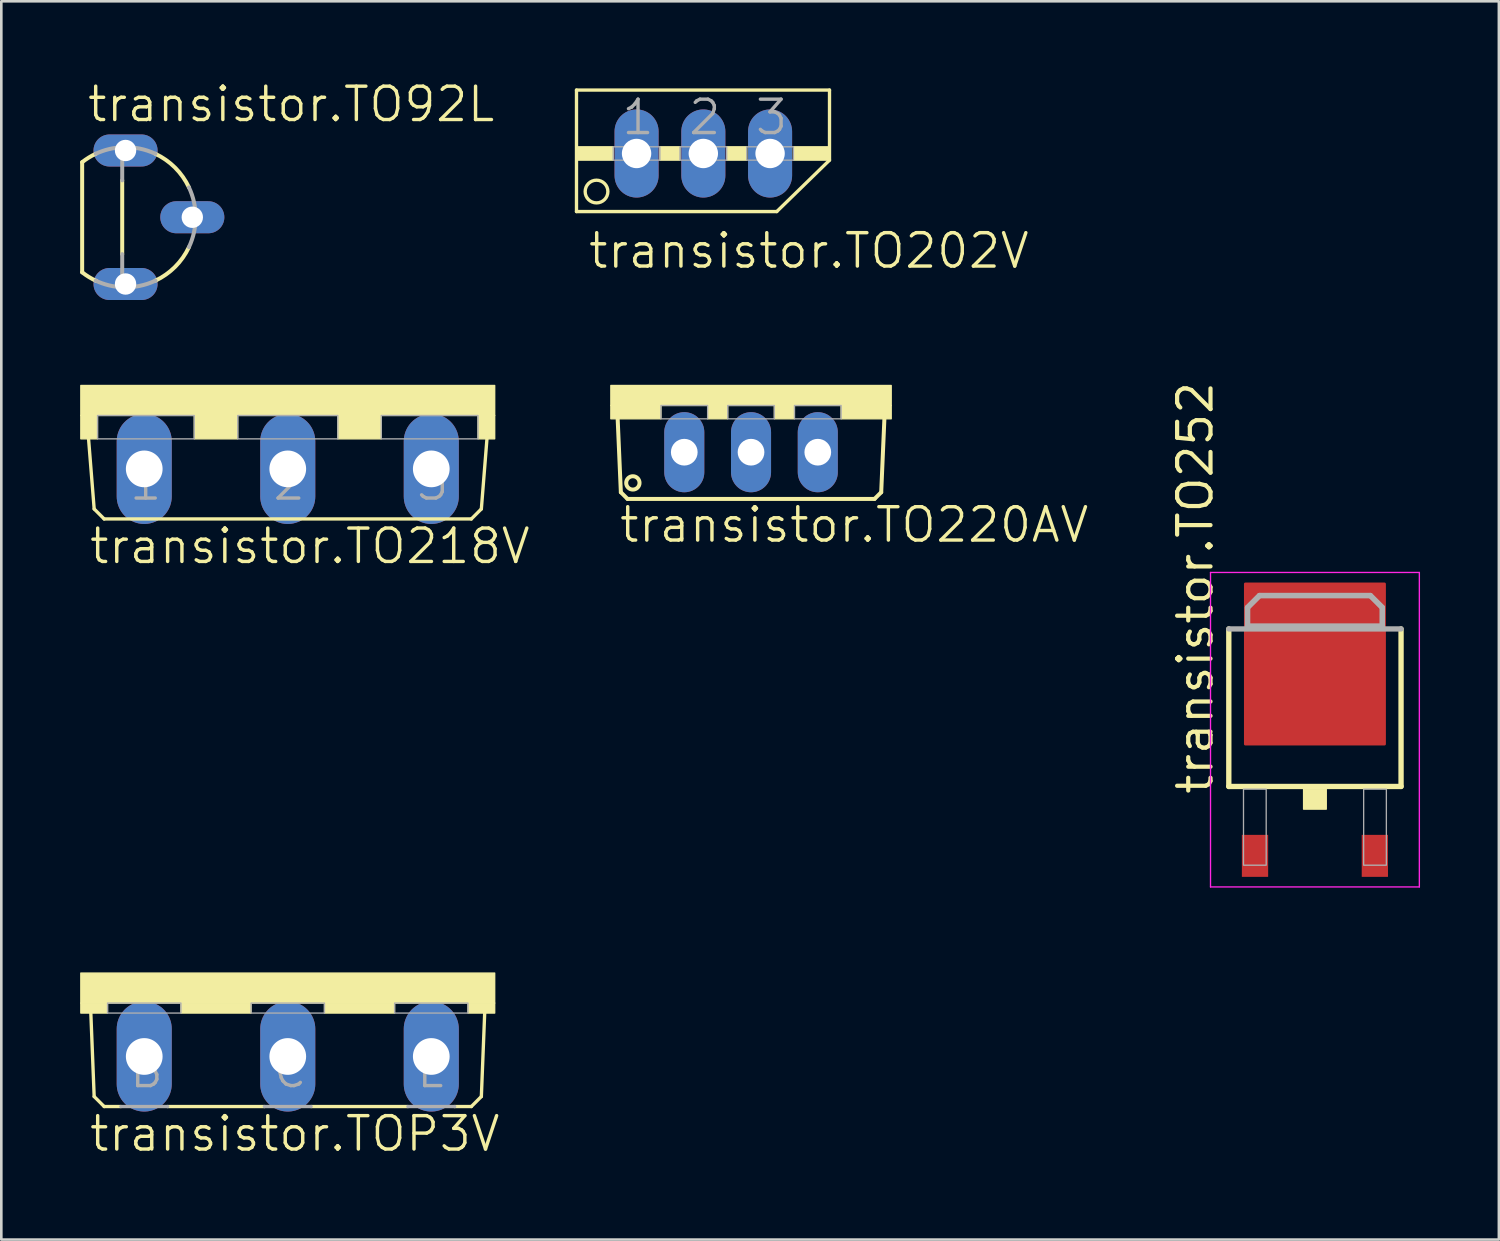
<source format=kicad_pcb>
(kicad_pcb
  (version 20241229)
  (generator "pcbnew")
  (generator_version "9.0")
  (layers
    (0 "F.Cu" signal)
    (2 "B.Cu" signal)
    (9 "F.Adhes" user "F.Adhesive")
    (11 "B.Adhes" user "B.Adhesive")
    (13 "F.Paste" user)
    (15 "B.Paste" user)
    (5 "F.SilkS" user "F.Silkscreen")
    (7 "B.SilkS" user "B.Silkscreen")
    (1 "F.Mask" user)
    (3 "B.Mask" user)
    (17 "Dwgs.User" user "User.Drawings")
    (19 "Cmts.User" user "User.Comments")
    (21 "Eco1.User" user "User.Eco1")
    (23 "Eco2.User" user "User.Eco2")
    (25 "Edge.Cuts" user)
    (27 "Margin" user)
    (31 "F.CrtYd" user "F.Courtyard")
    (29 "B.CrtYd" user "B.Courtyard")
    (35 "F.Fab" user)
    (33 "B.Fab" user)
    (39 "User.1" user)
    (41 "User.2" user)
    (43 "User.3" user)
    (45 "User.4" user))
  (footprint "transistor.TO92L"
    (layer "F.Cu")
    (at 1.727 5.216)
    (property "Reference" "transistor.TO92L" (at -1.524 -3.556 0) (layer "F.SilkS") (effects (font (size 1.27 1.27) (thickness 0.13)) (justify left bottom)))
    (attr through_hole)
    (fp_line (start -1.651 -2.095) (end -1.651 2.095) (stroke (width 0.152) (type default)) (layer "F.SilkS"))
    (fp_line (start -0.127 1.404) (end -0.127 -1.404) (stroke (width 0.152) (type default)) (layer "F.SilkS"))
    (fp_arc (start -1.651 -2.095) (mid -1.40252 -2.268918) (end -1.1359 -2.4135) (stroke (width 0.1524) (type default)) (layer "F.SilkS"))
    (fp_arc (start -1.1118 2.4247) (mid -1.391201 2.275878) (end -1.651 2.095) (stroke (width 0.1524) (type default)) (layer "F.SilkS"))
    (fp_arc (start 1.1359 -2.413) (mid 1.885847 -1.885847) (end 2.413 -1.1359) (stroke (width 0.1524) (type default)) (layer "F.SilkS"))
    (fp_arc (start 2.413 1.1359) (mid 1.885847 1.885847) (end 1.1359 2.413) (stroke (width 0.1524) (type default)) (layer "F.SilkS"))
    (fp_line (start -0.127 -1.404) (end -0.127 -2.664) (stroke (width 0.152) (type default)) (layer "F.Fab"))
    (fp_line (start -0.127 2.664) (end -0.127 1.404) (stroke (width 0.152) (type default)) (layer "F.Fab"))
    (fp_arc (start -1.1359 -2.413) (mid -0.643799 -2.588137) (end -0.127 -2.664) (stroke (width 0.1524) (type default)) (layer "F.Fab"))
    (fp_arc (start -0.127 -2.664) (mid 0.519825 -2.615858) (end 1.1359 -2.413) (stroke (width 0.1524) (type default)) (layer "F.Fab"))
    (fp_arc (start -0.127 2.664) (mid -0.643799 2.588137) (end -1.1359 2.413) (stroke (width 0.1524) (type default)) (layer "F.Fab"))
    (fp_arc (start 1.1359 2.413) (mid 0.519825 2.615858) (end -0.127 2.664) (stroke (width 0.1524) (type default)) (layer "F.Fab"))
    (fp_arc (start 2.413 -1.1359) (mid 2.666991 0) (end 2.413 1.1359) (stroke (width 0.1524) (type default)) (layer "F.Fab"))
    (pad "1" thru_hole oval (at 0 2.54) (size 2.438 1.219) (drill 0.813) (layers "*.Cu" "*.Mask"))
    (pad "2" thru_hole oval (at 2.54 0) (size 2.438 1.219) (drill 0.813) (layers "*.Cu" "*.Mask"))
    (pad "3" thru_hole oval (at 0 -2.54) (size 2.438 1.219) (drill 0.813) (layers "*.Cu" "*.Mask")))
  (footprint "transistor.TO218V"
    (layer "F.Cu")
    (at 7.899 11.616)
    (property "Reference" "transistor.TO218V" (at -7.62 6.858 0) (layer "F.SilkS") (effects (font (size 1.27 1.27) (thickness 0.13)) (justify left bottom)))
    (attr through_hole)
    (fp_line (start -7.366 4.699) (end -7.62 1.524) (stroke (width 0.127) (type default)) (layer "F.SilkS"))
    (fp_line (start -6.985 5.08) (end -7.366 4.699) (stroke (width 0.127) (type default)) (layer "F.SilkS"))
    (fp_line (start -6.985 5.08) (end 6.985 5.08) (stroke (width 0.127) (type default)) (layer "F.SilkS"))
    (fp_line (start 6.985 5.08) (end 7.366 4.699) (stroke (width 0.127) (type default)) (layer "F.SilkS"))
    (fp_line (start 7.366 4.699) (end 7.62 1.524) (stroke (width 0.127) (type default)) (layer "F.SilkS"))
    (fp_rect (start -7.874 1.143) (end 7.874 0) (stroke (width 0.05) (type default)) (fill yes) (layer "F.SilkS"))
    (fp_rect (start -7.874 2.032) (end -7.239 1.143) (stroke (width 0.05) (type default)) (fill yes) (layer "F.SilkS"))
    (fp_rect (start -3.556 2.032) (end -1.905 1.143) (stroke (width 0.05) (type default)) (fill yes) (layer "F.SilkS"))
    (fp_rect (start 1.905 2.032) (end 3.556 1.143) (stroke (width 0.05) (type default)) (fill yes) (layer "F.SilkS"))
    (fp_rect (start 7.239 2.032) (end 7.874 1.143) (stroke (width 0.05) (type default)) (fill yes) (layer "F.SilkS"))
    (fp_rect (start -7.239 2.032) (end -3.556 1.143) (stroke (width 0.05) (type default)) (fill no) (layer "F.Fab"))
    (fp_rect (start -1.905 2.032) (end 1.905 1.143) (stroke (width 0.05) (type default)) (fill no) (layer "F.Fab"))
    (fp_rect (start 3.556 2.032) (end 7.239 1.143) (stroke (width 0.05) (type default)) (fill no) (layer "F.Fab"))
    (fp_text user "3" (at 4.826 4.445 0) (layer "F.Fab") (effects (font (size 1.27 1.27) (thickness 0.13)) (justify left bottom)))
    (fp_text user "1" (at -6.096 4.445 0) (layer "F.Fab") (effects (font (size 1.27 1.27) (thickness 0.13)) (justify left bottom)))
    (fp_text user "2" (at -0.635 4.445 0) (layer "F.Fab") (effects (font (size 1.27 1.27) (thickness 0.13)) (justify left bottom)))
    (pad "1" thru_hole oval (at -5.461 3.175 90) (size 4.191 2.095) (drill 1.397) (layers "*.Cu" "*.Mask"))
    (pad "2" thru_hole oval (at 0 3.175 90) (size 4.191 2.095) (drill 1.397) (layers "*.Cu" "*.Mask"))
    (pad "3" thru_hole oval (at 5.461 3.175 90) (size 4.191 2.095) (drill 1.397) (layers "*.Cu" "*.Mask")))
  (footprint "transistor.TO202V"
    (layer "F.Cu")
    (at 23.711 0.25)
    (property "Reference" "transistor.TO202V" (at -4.445 6.985 0) (layer "F.SilkS") (effects (font (size 1.27 1.27) (thickness 0.13)) (justify left bottom)))
    (attr through_hole)
    (fp_line (start -4.826 0.127) (end 4.801 0.127) (stroke (width 0.127) (type default)) (layer "F.SilkS"))
    (fp_line (start -4.826 4.75) (end -4.826 0.127) (stroke (width 0.127) (type default)) (layer "F.SilkS"))
    (fp_line (start -4.826 4.75) (end 2.794 4.75) (stroke (width 0.127) (type default)) (layer "F.SilkS"))
    (fp_line (start 2.794 4.75) (end 4.801 2.794) (stroke (width 0.127) (type default)) (layer "F.SilkS"))
    (fp_line (start 4.801 0.127) (end 4.801 2.794) (stroke (width 0.127) (type default)) (layer "F.SilkS"))
    (fp_rect (start -4.826 2.794) (end -3.429 2.286) (stroke (width 0.05) (type default)) (fill yes) (layer "F.SilkS"))
    (fp_rect (start -1.651 2.794) (end -0.889 2.286) (stroke (width 0.05) (type default)) (fill yes) (layer "F.SilkS"))
    (fp_rect (start 0.889 2.794) (end 1.651 2.286) (stroke (width 0.05) (type default)) (fill yes) (layer "F.SilkS"))
    (fp_rect (start 3.429 2.794) (end 4.826 2.286) (stroke (width 0.05) (type default)) (fill yes) (layer "F.SilkS"))
    (fp_circle (center -4.064 3.988) (end -3.632 3.988) (stroke (width 0.127) (type default)) (fill no) (layer "F.SilkS"))
    (fp_rect (start -3.429 2.794) (end -1.651 2.286) (stroke (width 0.05) (type default)) (fill no) (layer "F.Fab"))
    (fp_rect (start -0.889 2.794) (end 0.889 2.286) (stroke (width 0.05) (type default)) (fill no) (layer "F.Fab"))
    (fp_rect (start 1.651 2.794) (end 3.429 2.286) (stroke (width 0.05) (type default)) (fill no) (layer "F.Fab"))
    (fp_text user "1" (at -3.175 1.905 0) (layer "F.Fab") (effects (font (size 1.27 1.27) (thickness 0.13)) (justify left bottom)))
    (fp_text user "3" (at 1.905 1.905 0) (layer "F.Fab") (effects (font (size 1.27 1.27) (thickness 0.13)) (justify left bottom)))
    (fp_text user "2" (at -0.635 1.905 0) (layer "F.Fab") (effects (font (size 1.27 1.27) (thickness 0.13)) (justify left bottom)))
    (pad "1" thru_hole oval (at -2.54 2.54 90) (size 3.353 1.676) (drill 1.118) (layers "*.Cu" "*.Mask"))
    (pad "2" thru_hole oval (at 0 2.54 90) (size 3.353 1.676) (drill 1.118) (layers "*.Cu" "*.Mask"))
    (pad "3" thru_hole oval (at 2.54 2.54 90) (size 3.353 1.676) (drill 1.118) (layers "*.Cu" "*.Mask")))
  (footprint "transistor.TOP3V"
    (layer "F.Cu")
    (at 7.899 33.973)
    (property "Reference" "transistor.TOP3V" (at -7.62 6.858 0) (layer "F.SilkS") (effects (font (size 1.27 1.27) (thickness 0.13)) (justify left bottom)))
    (attr through_hole)
    (fp_line (start -7.366 4.699) (end -7.493 1.524) (stroke (width 0.127) (type default)) (layer "F.SilkS"))
    (fp_line (start -6.985 5.08) (end -7.366 4.699) (stroke (width 0.127) (type default)) (layer "F.SilkS"))
    (fp_line (start -6.35 5.08) (end -6.985 5.08) (stroke (width 0.127) (type default)) (layer "F.SilkS"))
    (fp_line (start -0.889 5.08) (end -4.572 5.08) (stroke (width 0.127) (type default)) (layer "F.SilkS"))
    (fp_line (start 4.572 5.08) (end 0.889 5.08) (stroke (width 0.127) (type default)) (layer "F.SilkS"))
    (fp_line (start 6.985 5.08) (end 6.35 5.08) (stroke (width 0.127) (type default)) (layer "F.SilkS"))
    (fp_line (start 6.985 5.08) (end 7.366 4.699) (stroke (width 0.127) (type default)) (layer "F.SilkS"))
    (fp_line (start 7.366 4.699) (end 7.493 1.524) (stroke (width 0.127) (type default)) (layer "F.SilkS"))
    (fp_rect (start -7.874 1.143) (end 7.874 0) (stroke (width 0.05) (type default)) (fill yes) (layer "F.SilkS"))
    (fp_rect (start -7.874 1.524) (end -6.858 1.143) (stroke (width 0.05) (type default)) (fill yes) (layer "F.SilkS"))
    (fp_rect (start -4.064 1.524) (end -1.397 1.143) (stroke (width 0.05) (type default)) (fill yes) (layer "F.SilkS"))
    (fp_rect (start 1.397 1.524) (end 4.064 1.143) (stroke (width 0.05) (type default)) (fill yes) (layer "F.SilkS"))
    (fp_rect (start 6.858 1.524) (end 7.874 1.143) (stroke (width 0.05) (type default)) (fill yes) (layer "F.SilkS"))
    (fp_line (start -4.572 5.08) (end -6.35 5.08) (stroke (width 0.127) (type default)) (layer "F.Fab"))
    (fp_line (start 0.889 5.08) (end -0.889 5.08) (stroke (width 0.127) (type default)) (layer "F.Fab"))
    (fp_line (start 6.35 5.08) (end 4.572 5.08) (stroke (width 0.127) (type default)) (layer "F.Fab"))
    (fp_rect (start -6.858 1.524) (end -4.064 1.143) (stroke (width 0.05) (type default)) (fill no) (layer "F.Fab"))
    (fp_rect (start -1.397 1.524) (end 1.397 1.143) (stroke (width 0.05) (type default)) (fill no) (layer "F.Fab"))
    (fp_rect (start 4.064 1.524) (end 6.858 1.143) (stroke (width 0.05) (type default)) (fill no) (layer "F.Fab"))
    (fp_text user "C" (at -0.635 4.445 0) (layer "F.Fab") (effects (font (size 1.27 1.27) (thickness 0.13)) (justify left bottom)))
    (fp_text user "B" (at -6.096 4.445 0) (layer "F.Fab") (effects (font (size 1.27 1.27) (thickness 0.13)) (justify left bottom)))
    (fp_text user "E" (at 4.826 4.445 0) (layer "F.Fab") (effects (font (size 1.27 1.27) (thickness 0.13)) (justify left bottom)))
    (pad "B" thru_hole oval (at -5.461 3.175 90) (size 4.191 2.095) (drill 1.397) (layers "*.Cu" "*.Mask"))
    (pad "C" thru_hole oval (at 0 3.175 90) (size 4.191 2.095) (drill 1.397) (layers "*.Cu" "*.Mask"))
    (pad "E" thru_hole oval (at 5.461 3.175 90) (size 4.191 2.095) (drill 1.397) (layers "*.Cu" "*.Mask")))
  (footprint "transistor.TO220AV"
    (layer "F.Cu")
    (at 25.526 11.616)
    (property "Reference" "transistor.TO220AV" (at -5.08 6.045 0) (layer "F.SilkS") (effects (font (size 1.27 1.27) (thickness 0.13)) (justify left bottom)))
    (attr through_hole)
    (fp_line (start -4.953 4.064) (end -5.08 1.143) (stroke (width 0.152) (type default)) (layer "F.SilkS"))
    (fp_line (start -4.953 4.064) (end -4.699 4.318) (stroke (width 0.152) (type default)) (layer "F.SilkS"))
    (fp_line (start 4.699 4.318) (end -4.699 4.318) (stroke (width 0.152) (type default)) (layer "F.SilkS"))
    (fp_line (start 4.699 4.318) (end 4.953 4.064) (stroke (width 0.152) (type default)) (layer "F.SilkS"))
    (fp_line (start 5.08 1.143) (end 4.953 4.064) (stroke (width 0.152) (type default)) (layer "F.SilkS"))
    (fp_rect (start -5.334 0.762) (end 5.334 0) (stroke (width 0.05) (type default)) (fill yes) (layer "F.SilkS"))
    (fp_rect (start -5.334 1.27) (end -3.429 0.762) (stroke (width 0.05) (type default)) (fill yes) (layer "F.SilkS"))
    (fp_rect (start -1.651 1.27) (end -0.889 0.762) (stroke (width 0.05) (type default)) (fill yes) (layer "F.SilkS"))
    (fp_rect (start 0.889 1.27) (end 1.651 0.762) (stroke (width 0.05) (type default)) (fill yes) (layer "F.SilkS"))
    (fp_rect (start 3.429 1.27) (end 5.334 0.762) (stroke (width 0.05) (type default)) (fill yes) (layer "F.SilkS"))
    (fp_circle (center -4.496 3.708) (end -4.242 3.708) (stroke (width 0.152) (type default)) (fill no) (layer "F.SilkS"))
    (fp_rect (start -3.429 1.27) (end -1.651 0.762) (stroke (width 0.05) (type default)) (fill no) (layer "F.Fab"))
    (fp_rect (start -0.889 1.27) (end 0.889 0.762) (stroke (width 0.05) (type default)) (fill no) (layer "F.Fab"))
    (fp_rect (start 1.651 1.27) (end 3.429 0.762) (stroke (width 0.05) (type default)) (fill no) (layer "F.Fab"))
    (pad "1" thru_hole oval (at -2.54 2.54 90) (size 3.048 1.524) (drill 1.016) (layers "*.Cu" "*.Mask"))
    (pad "2" thru_hole oval (at 0 2.54 90) (size 3.048 1.524) (drill 1.016) (layers "*.Cu" "*.Mask"))
    (pad "3" thru_hole oval (at 2.54 2.54 90) (size 3.048 1.524) (drill 1.016) (layers "*.Cu" "*.Mask")))
  (footprint "transistor.TO252"
    (layer "F.Cu")
    (at 46.982 24.715)
    (property "Reference" "transistor.TO252" (at -3.81 2.54 90) (layer "F.SilkS") (effects (font (size 1.27 1.27) (thickness 0.16)) (justify left bottom)))
    (attr smd)
    (fp_line (start -3.277 2.159) (end -3.277 -3.835) (stroke (width 0.203) (type default)) (layer "F.SilkS"))
    (fp_line (start 3.277 -3.835) (end 3.277 2.159) (stroke (width 0.203) (type default)) (layer "F.SilkS"))
    (fp_line (start 3.277 2.159) (end -3.277 2.159) (stroke (width 0.203) (type default)) (layer "F.SilkS"))
    (fp_rect (start -0.432 3.023) (end 0.432 2.261) (stroke (width 0.05) (type default)) (fill yes) (layer "F.SilkS"))
    (fp_line (start -3.973 -5.983) (end 3.973 -5.983) (stroke (width 0.051) (type default)) (layer "F.CrtYd"))
    (fp_line (start -3.973 5.983) (end -3.973 -5.983) (stroke (width 0.051) (type default)) (layer "F.CrtYd"))
    (fp_line (start 3.973 -5.983) (end 3.973 5.983) (stroke (width 0.051) (type default)) (layer "F.CrtYd"))
    (fp_line (start 3.973 5.983) (end -3.973 5.983) (stroke (width 0.051) (type default)) (layer "F.CrtYd"))
    (fp_line (start -3.277 -3.835) (end 3.277 -3.835) (stroke (width 0.203) (type default)) (layer "F.Fab"))
    (fp_line (start -2.565 -4.648) (end -2.108 -5.105) (stroke (width 0.203) (type default)) (layer "F.Fab"))
    (fp_line (start -2.565 -3.937) (end -2.565 -4.648) (stroke (width 0.203) (type default)) (layer "F.Fab"))
    (fp_line (start -2.108 -5.105) (end 2.108 -5.105) (stroke (width 0.203) (type default)) (layer "F.Fab"))
    (fp_line (start 2.108 -5.105) (end 2.565 -4.648) (stroke (width 0.203) (type default)) (layer "F.Fab"))
    (fp_line (start 2.565 -4.648) (end 2.565 -3.937) (stroke (width 0.203) (type default)) (layer "F.Fab"))
    (fp_line (start 2.565 -3.937) (end -2.565 -3.937) (stroke (width 0.203) (type default)) (layer "F.Fab"))
    (fp_rect (start -2.718 5.156) (end -1.854 2.261) (stroke (width 0.05) (type default)) (fill no) (layer "F.Fab"))
    (fp_rect (start 1.854 5.156) (end 2.718 2.261) (stroke (width 0.05) (type default)) (fill no) (layer "F.Fab"))
    (fp_poly (pts (xy -2.565 -3.937) (xy -2.565 -4.648) (xy -2.108 -5.105) (xy 2.108 -5.105) (xy 2.565 -4.648) (xy 2.565 -3.937)) (stroke (width 0.2) (type default)) (fill no) (layer "F.Fab"))
    (pad "1" smd roundrect (at -2.28 4.8) (size 1 1.6) (layers "F.Cu" "F.Mask" "F.Paste") (roundrect_rratio 0.01))
    (pad "2" smd roundrect (at 2.28 4.8) (size 1 1.6) (layers "F.Cu" "F.Mask" "F.Paste") (roundrect_rratio 0.01))
    (pad "3" smd roundrect (at 0 -2.5) (size 5.4 6.2) (layers "F.Cu" "F.Mask" "F.Paste") (roundrect_rratio 0.01)))
  (gr_rect
    (start -3 -3)
    (end 53.981 44.114)
    (stroke (width 0.1) (type default))
    (fill no)
    (layer "Edge.Cuts")))
</source>
